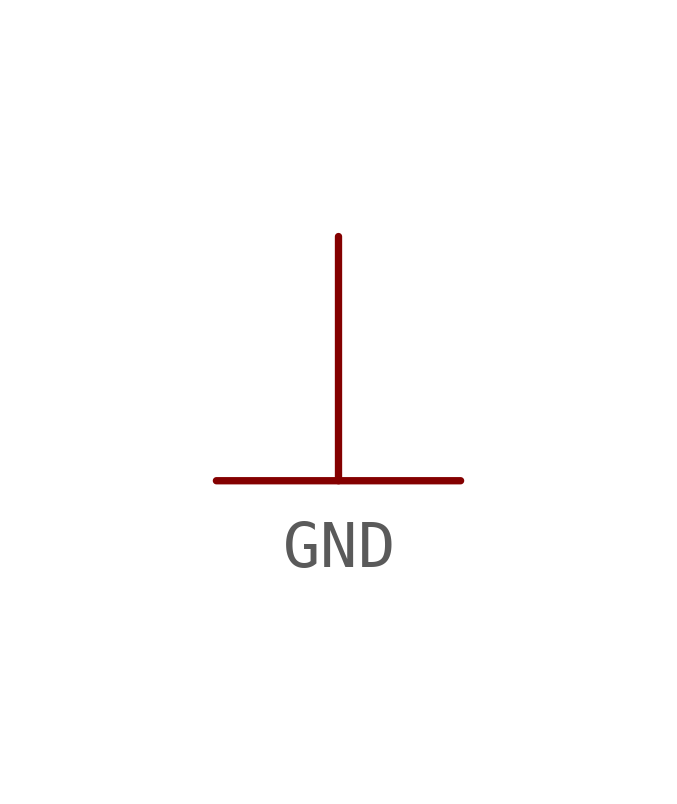
<source format=kicad_sym>
(kicad_symbol_lib
  (version 20220914)
  (generator kicad_symbol_editor)
  (symbol "GND"
    (power)
    (pin_numbers hide)
    (pin_names
      (offset 0) hide)
    (property "Reference" ""
      (at -1.27 -1.27 90)
      (effects (font (size 1.524 1.524)) hide))
    (property "Footprint" ""
      (at 0 0 0)
      (effects (font (size 1.524 1.524))))
    (property "Datasheet" ""
      (at 0 0 0)
      (effects (font (size 1.524 1.524))))
    (symbol "GND_0_1"
      (polyline (pts (xy -2.54 -5.08) (xy 2.54 -5.08)) (stroke (width 0) (type solid)) (fill (type none)))
      (polyline (pts (xy 0 -5.08) (xy 0 0)) (stroke (width 0) (type solid)) (fill (type none))))
    (symbol "GND_1_1"
      (pin power_in line (at 0 0 270) (length 5.08) hide (name "GND" (effects (font (size 1.27 1.27)))) (number "~" (effects (font (size 1.27 1.27))))))))
</source>
